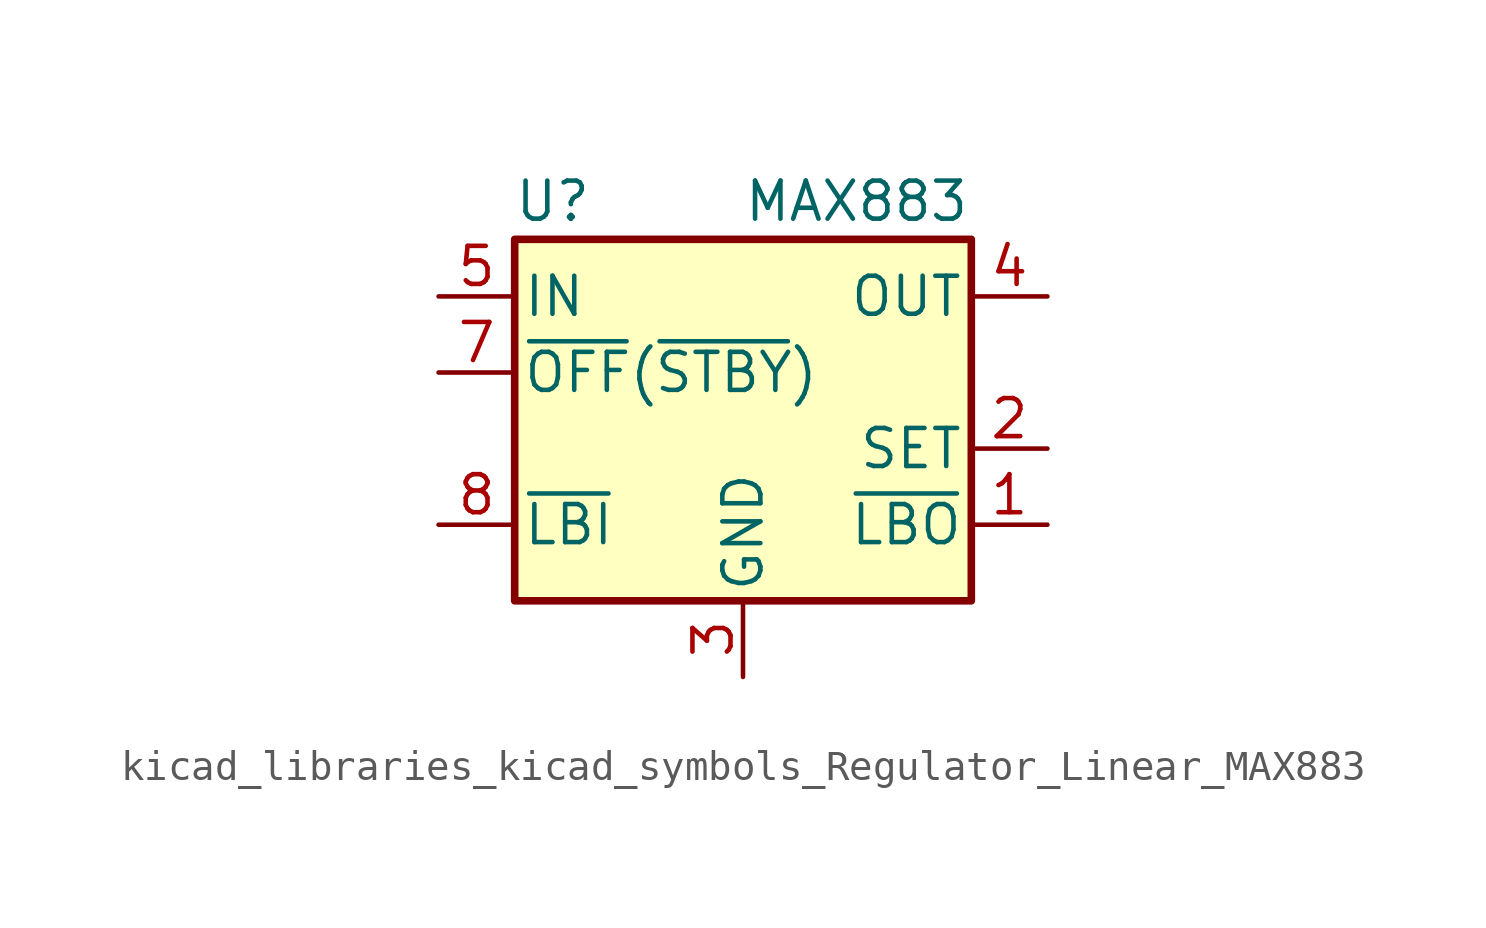
<source format=kicad_sym>
(kicad_symbol_lib
  (version 20220914)
  (generator kicad_symbol_editor)
  (symbol "kicad_libraries_kicad_symbols_Regulator_Linear_MAX883"
    (pin_names
      (offset 0.254))
    (property "Reference" "U"
      (at -6.35 8.255 0)
      (effects (font (size 1.27 1.27))))
    (property "Value" "MAX883"
      (at 0 8.255 0)
      (effects (font (size 1.27 1.27)) (justify left)))
    (symbol "kicad_libraries_kicad_symbols_Regulator_Linear_MAX883_0_1"
      (rectangle (start -7.62 6.985) (end 7.62 -5.08) (stroke (width 0.254) (type default)) (fill (type background))))
    (symbol "kicad_libraries_kicad_symbols_Regulator_Linear_MAX883_1_1"
      (pin open_collector line (at 10.16 -2.54 180) (length 2.54) (name "~{LBO}" (effects (font (size 1.27 1.27)))) (number "1" (effects (font (size 1.27 1.27)))))
      (pin passive line (at 10.16 0 180) (length 2.54) (name "SET" (effects (font (size 1.27 1.27)))) (number "2" (effects (font (size 1.27 1.27)))))
      (pin power_in line (at 0 -7.62 90) (length 2.54) (name "GND" (effects (font (size 1.27 1.27)))) (number "3" (effects (font (size 1.27 1.27)))))
      (pin power_out line (at 10.16 5.08 180) (length 2.54) (name "OUT" (effects (font (size 1.27 1.27)))) (number "4" (effects (font (size 1.27 1.27)))))
      (pin power_in line (at -10.16 5.08 0) (length 2.54) (name "IN" (effects (font (size 1.27 1.27)))) (number "5" (effects (font (size 1.27 1.27)))))
      (pin passive line (at 0 -7.62 90) (length 2.54) hide (name "GND" (effects (font (size 1.27 1.27)))) (number "6" (effects (font (size 1.27 1.27)))))
      (pin input line (at -10.16 2.54 0) (length 2.54) (name "~{OFF}(~{STBY})" (effects (font (size 1.27 1.27)))) (number "7" (effects (font (size 1.27 1.27)))))
      (pin input line (at -10.16 -2.54 0) (length 2.54) (name "~{LBI}" (effects (font (size 1.27 1.27)))) (number "8" (effects (font (size 1.27 1.27))))))))
</source>
